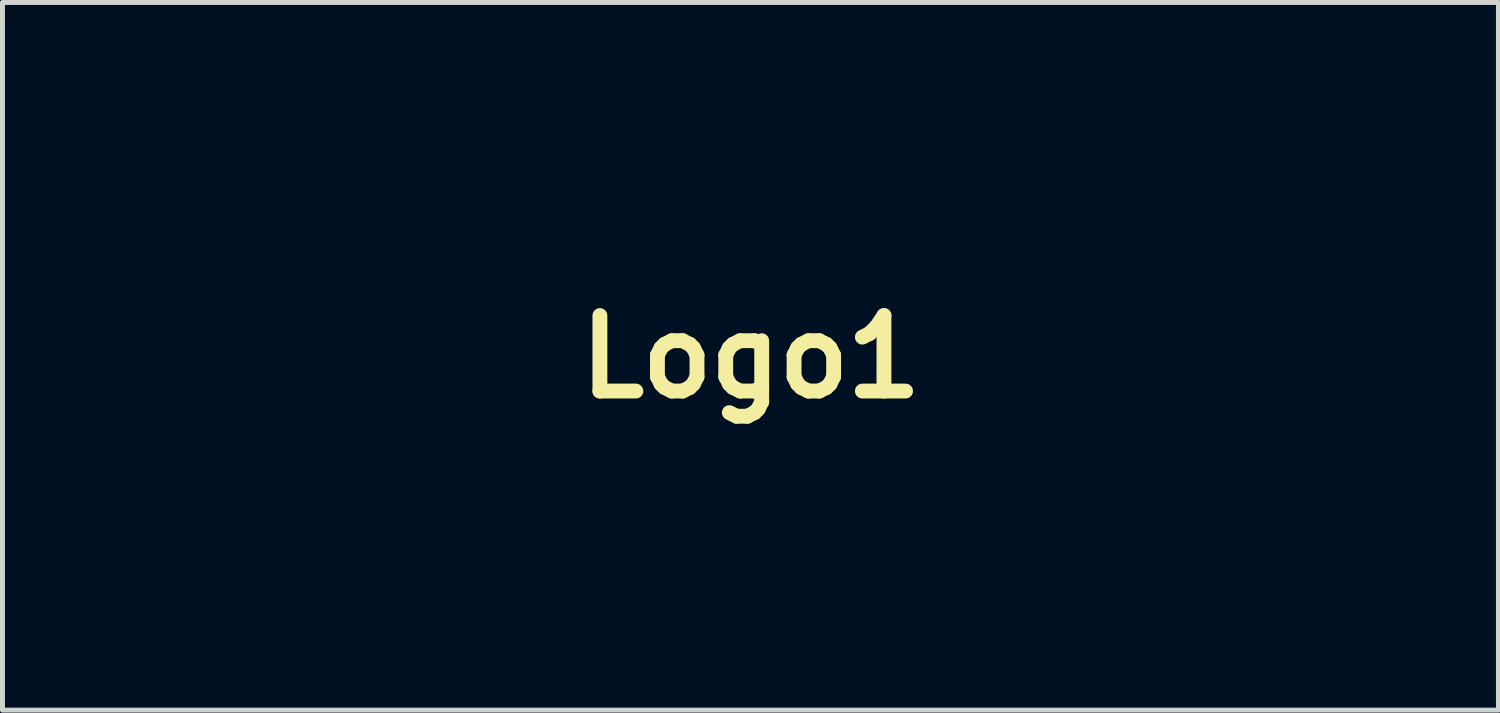
<source format=kicad_pcb>
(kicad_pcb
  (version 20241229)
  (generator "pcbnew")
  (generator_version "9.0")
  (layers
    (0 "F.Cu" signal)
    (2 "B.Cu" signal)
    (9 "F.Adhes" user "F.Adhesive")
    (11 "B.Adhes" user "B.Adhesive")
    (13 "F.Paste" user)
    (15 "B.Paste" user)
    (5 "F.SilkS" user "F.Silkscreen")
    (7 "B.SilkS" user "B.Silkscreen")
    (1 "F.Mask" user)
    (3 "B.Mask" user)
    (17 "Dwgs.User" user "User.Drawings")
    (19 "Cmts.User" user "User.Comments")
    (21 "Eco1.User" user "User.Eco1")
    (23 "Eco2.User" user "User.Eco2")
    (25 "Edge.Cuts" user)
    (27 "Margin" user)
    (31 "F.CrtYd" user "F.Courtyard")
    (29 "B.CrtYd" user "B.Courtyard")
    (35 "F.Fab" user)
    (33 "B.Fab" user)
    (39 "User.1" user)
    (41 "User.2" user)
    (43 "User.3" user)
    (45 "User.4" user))
  (footprint "Logo1"
    (layer "F.Cu")
    (at 12.107 4.154)
    (property "Reference" "Logo1" (at 0 0 0) (layer "F.SilkS") (effects (font (size 1.524 1.524) (thickness 0.3))))
    (attr through_hole)
    (fp_poly (pts (xy 7.017 -4.073) (xy 7.134 -3.882) (xy 7.194 -3.629) (xy 7.197 -3.563) (xy 7.148 -3.439) (xy 7.022 -3.223) (xy 6.845 -2.955) (xy 6.647 -2.676) (xy 6.455 -2.425) (xy 6.297 -2.242) (xy 6.229 -2.181) (xy 6.073 -2.132) (xy 5.856 -2.12) (xy 5.655 -2.143) (xy 5.549 -2.197) (xy 5.568 -2.303) (xy 5.668 -2.519) (xy 5.83 -2.814) (xy 6.039 -3.159) (xy 6.276 -3.524) (xy 6.46 -3.789) (xy 6.639 -3.999) (xy 6.805 -4.127) (xy 6.874 -4.149) (xy 7.017 -4.073)) (stroke (width 0.01) (type solid)) (fill yes) (layer "F.Mask"))
    (fp_poly (pts (xy 7.314 -2.338) (xy 7.379 -2.184) (xy 7.379 -2.18) (xy 7.383 -1.986) (xy 7.377 -1.704) (xy 7.371 -1.539) (xy 7.371 -1.243) (xy 7.421 -1.048) (xy 7.537 -0.888) (xy 7.538 -0.886) (xy 7.66 -0.734) (xy 7.679 -0.601) (xy 7.61 -0.405) (xy 7.545 -0.139) (xy 7.506 0.293) (xy 7.493 0.89) (xy 7.493 0.903) (xy 7.49 1.345) (xy 7.479 1.651) (xy 7.454 1.855) (xy 7.411 1.992) (xy 7.345 2.095) (xy 7.314 2.131) (xy 7.167 2.321) (xy 6.992 2.584) (xy 6.904 2.731) (xy 6.764 2.953) (xy 6.65 3.099) (xy 6.602 3.133) (xy 6.507 3.072) (xy 6.369 2.926) (xy 6.356 2.91) (xy 6.234 2.71) (xy 6.181 2.536) (xy 6.181 2.532) (xy 6.139 2.378) (xy 6.033 2.141) (xy 5.927 1.947) (xy 5.756 1.624) (xy 5.687 1.38) (xy 5.717 1.161) (xy 5.841 0.914) (xy 5.842 0.912) (xy 5.948 0.656) (xy 6.003 0.358) (xy 6.001 0.078) (xy 5.941 -0.125) (xy 5.905 -0.166) (xy 5.762 -0.281) (xy 5.594 -0.411) (xy 5.389 -0.568) (xy 5.933 -1.156) (xy 6.21 -1.458) (xy 6.477 -1.754) (xy 6.69 -1.994) (xy 6.745 -2.058) (xy 6.97 -2.27) (xy 7.169 -2.365) (xy 7.314 -2.338)) (stroke (width 0.01) (type solid)) (fill yes) (layer "F.Mask"))
    (fp_poly (pts (xy 10.601 -3.683) (xy 10.886 -3.542) (xy 11.187 -3.285) (xy 11.515 -2.913) (xy 11.735 -2.634) (xy 11.907 -2.398) (xy 12.007 -2.241) (xy 12.023 -2.2) (xy 11.987 -2.083) (xy 11.893 -1.866) (xy 11.778 -1.627) (xy 11.643 -1.393) (xy 11.472 -1.168) (xy 11.237 -0.922) (xy 10.911 -0.627) (xy 10.622 -0.381) (xy 10.18 0.001) (xy 9.863 0.306) (xy 9.659 0.557) (xy 9.554 0.775) (xy 9.536 0.979) (xy 9.59 1.191) (xy 9.604 1.228) (xy 9.702 1.419) (xy 9.787 1.519) (xy 9.802 1.524) (xy 9.93 1.452) (xy 10.127 1.236) (xy 10.396 0.872) (xy 10.626 0.531) (xy 10.983 0.07) (xy 11.353 -0.238) (xy 11.757 -0.41) (xy 11.896 -0.439) (xy 12.037 -0.406) (xy 12.082 -0.259) (xy 12.038 -0.016) (xy 11.912 0.301) (xy 11.712 0.675) (xy 11.444 1.085) (xy 11.186 1.428) (xy 10.953 1.729) (xy 10.738 2.024) (xy 10.584 2.254) (xy 10.571 2.274) (xy 10.307 2.666) (xy 10.062 2.911) (xy 9.815 3.03) (xy 9.657 3.047) (xy 9.369 3.008) (xy 9.105 2.916) (xy 8.756 2.824) (xy 8.532 2.84) (xy 8.318 2.863) (xy 8.2 2.813) (xy 8.109 2.651) (xy 8.084 2.591) (xy 8.015 2.386) (xy 7.971 2.144) (xy 7.951 1.838) (xy 7.955 1.441) (xy 7.982 0.927) (xy 8.026 0.339) (xy 8.07 -0.173) (xy 8.113 -0.56) (xy 8.166 -0.868) (xy 8.237 -1.14) (xy 8.277 -1.254) (xy 9.567 -1.254) (xy 9.596 -1.02) (xy 9.686 -0.939) (xy 9.842 -1.009) (xy 10.068 -1.232) (xy 10.071 -1.236) (xy 10.25 -1.469) (xy 10.292 -1.626) (xy 10.198 -1.737) (xy 10.035 -1.806) (xy 9.803 -1.82) (xy 9.648 -1.686) (xy 9.574 -1.406) (xy 9.567 -1.254) (xy 8.277 -1.254) (xy 8.337 -1.422) (xy 8.475 -1.759) (xy 8.483 -1.778) (xy 8.629 -2.112) (xy 8.736 -2.316) (xy 8.823 -2.416) (xy 8.912 -2.441) (xy 8.984 -2.428) (xy 9.141 -2.462) (xy 9.312 -2.598) (xy 9.442 -2.782) (xy 9.483 -2.929) (xy 9.545 -3.073) (xy 9.701 -3.268) (xy 9.906 -3.471) (xy 10.113 -3.637) (xy 10.277 -3.722) (xy 10.304 -3.725) (xy 10.601 -3.683)) (stroke (width 0.01) (type solid)) (fill yes) (layer "F.Mask"))
    (fp_poly (pts (xy -3.913 -3.699) (xy -3.804 -3.682) (xy -3.62 -3.641) (xy -3.462 -3.572) (xy -3.303 -3.452) (xy -3.115 -3.257) (xy -2.871 -2.963) (xy -2.682 -2.725) (xy -2.274 -2.207) (xy -2.585 -1.616) (xy -2.761 -1.313) (xy -2.939 -1.058) (xy -3.086 -0.901) (xy -3.103 -0.889) (xy -3.337 -0.717) (xy -3.622 -0.479) (xy -3.929 -0.205) (xy -4.228 0.079) (xy -4.49 0.344) (xy -4.686 0.562) (xy -4.786 0.706) (xy -4.792 0.721) (xy -4.799 0.9) (xy -4.764 1.128) (xy -4.703 1.346) (xy -4.63 1.493) (xy -4.587 1.523) (xy -4.471 1.483) (xy -4.328 1.357) (xy -4.138 1.124) (xy -3.887 0.768) (xy -3.816 0.663) (xy -3.579 0.321) (xy -3.388 0.086) (xy -3.205 -0.078) (xy -2.99 -0.211) (xy -2.852 -0.281) (xy -2.561 -0.411) (xy -2.376 -0.459) (xy -2.262 -0.436) (xy -2.241 -0.421) (xy -2.192 -0.348) (xy -2.2 -0.23) (xy -2.274 -0.033) (xy -2.423 0.277) (xy -2.426 0.283) (xy -2.64 0.665) (xy -2.91 1.081) (xy -3.175 1.439) (xy -3.43 1.769) (xy -3.683 2.119) (xy -3.882 2.418) (xy -3.893 2.436) (xy -4.133 2.783) (xy -4.358 2.983) (xy -4.605 3.054) (xy -4.91 3.012) (xy -5.083 2.957) (xy -5.5 2.851) (xy -5.845 2.842) (xy -5.851 2.842) (xy -6.06 2.859) (xy -6.177 2.797) (xy -6.271 2.616) (xy -6.274 2.609) (xy -6.338 2.361) (xy -6.371 1.981) (xy -6.376 1.453) (xy -6.375 1.397) (xy -6.346 0.58) (xy -6.29 -0.103) (xy -6.201 -0.686) (xy -6.075 -1.203) (xy -6.05 -1.275) (xy -4.826 -1.275) (xy -4.788 -1.027) (xy -4.681 -0.93) (xy -4.511 -0.985) (xy -4.288 -1.19) (xy -4.239 -1.247) (xy -4.087 -1.442) (xy -3.994 -1.582) (xy -3.979 -1.618) (xy -4.049 -1.684) (xy -4.22 -1.772) (xy -4.246 -1.783) (xy -4.437 -1.847) (xy -4.557 -1.817) (xy -4.669 -1.699) (xy -4.787 -1.474) (xy -4.826 -1.275) (xy -6.05 -1.275) (xy -5.906 -1.687) (xy -5.903 -1.693) (xy -5.762 -2.034) (xy -5.659 -2.246) (xy -5.57 -2.36) (xy -5.473 -2.405) (xy -5.368 -2.413) (xy -5.205 -2.438) (xy -5.083 -2.538) (xy -4.958 -2.754) (xy -4.939 -2.794) (xy -4.758 -3.096) (xy -4.531 -3.386) (xy -4.46 -3.459) (xy -4.265 -3.63) (xy -4.108 -3.702) (xy -3.913 -3.699)) (stroke (width 0.01) (type solid)) (fill yes) (layer "F.Mask"))
    (fp_poly (pts (xy 0.512 -3.547) (xy 0.805 -3.271) (xy 1.104 -2.831) (xy 1.117 -2.808) (xy 1.254 -2.548) (xy 1.301 -2.368) (xy 1.242 -2.245) (xy 1.057 -2.157) (xy 0.729 -2.079) (xy 0.534 -2.042) (xy 0.061 -1.93) (xy -0.25 -1.793) (xy -0.404 -1.63) (xy -0.423 -1.536) (xy -0.344 -1.375) (xy -0.121 -1.259) (xy 0.225 -1.195) (xy 0.458 -1.185) (xy 0.881 -1.131) (xy 1.192 -0.96) (xy 1.409 -0.661) (xy 1.442 -0.587) (xy 1.49 -0.427) (xy 1.496 -0.256) (xy 1.449 -0.054) (xy 1.34 0.202) (xy 1.16 0.535) (xy 0.901 0.966) (xy 0.618 1.414) (xy 0.269 1.944) (xy -0.015 2.333) (xy -0.242 2.592) (xy -0.396 2.719) (xy -0.726 2.862) (xy -1.102 2.934) (xy -1.458 2.929) (xy -1.691 2.86) (xy -1.836 2.729) (xy -1.999 2.506) (xy -2.153 2.24) (xy -2.268 1.983) (xy -2.319 1.784) (xy -2.313 1.725) (xy -2.292 1.708) (xy -0.339 1.708) (xy -0.286 1.781) (xy -0.163 1.756) (xy -0.019 1.651) (xy 0.052 1.564) (xy 0.135 1.397) (xy 0.139 1.296) (xy 0.138 1.295) (xy 0.052 1.312) (xy -0.091 1.41) (xy -0.235 1.545) (xy -0.328 1.67) (xy -0.339 1.708) (xy -2.292 1.708) (xy -2.208 1.64) (xy -2.004 1.572) (xy -1.96 1.564) (xy -1.314 1.436) (xy -0.829 1.282) (xy -0.5 1.099) (xy -0.321 0.885) (xy -0.321 0.885) (xy -0.261 0.704) (xy -0.307 0.633) (xy -0.473 0.663) (xy -0.63 0.723) (xy -0.803 0.788) (xy -0.943 0.803) (xy -1.087 0.755) (xy -1.273 0.628) (xy -1.536 0.408) (xy -1.635 0.322) (xy -1.855 0.094) (xy -1.978 -0.146) (xy -2.003 -0.425) (xy -1.932 -0.774) (xy -1.764 -1.222) (xy -1.672 -1.433) (xy -1.466 -1.863) (xy -1.306 -2.141) (xy -1.194 -2.267) (xy -1.132 -2.238) (xy -1.123 -2.051) (xy -1.142 -1.873) (xy -1.165 -1.589) (xy -1.137 -1.451) (xy -1.114 -1.439) (xy -1.039 -1.462) (xy -0.963 -1.548) (xy -0.866 -1.726) (xy -0.73 -2.028) (xy -0.692 -2.117) (xy -0.536 -2.499) (xy -0.454 -2.753) (xy -0.444 -2.899) (xy -0.501 -2.959) (xy -0.54 -2.963) (xy -0.657 -3.009) (xy -0.658 -3.124) (xy -0.566 -3.278) (xy -0.402 -3.44) (xy -0.187 -3.579) (xy -0.085 -3.624) (xy 0.217 -3.664) (xy 0.512 -3.547)) (stroke (width 0.01) (type solid)) (fill yes) (layer "F.Mask"))
    (fp_poly (pts (xy 4.177 -3.565) (xy 4.482 -3.302) (xy 4.74 -2.955) (xy 4.905 -2.691) (xy 5.026 -2.481) (xy 5.079 -2.366) (xy 5.08 -2.361) (xy 5.008 -2.262) (xy 4.787 -2.167) (xy 4.409 -2.072) (xy 4.233 -2.038) (xy 3.765 -1.922) (xy 3.461 -1.783) (xy 3.316 -1.616) (xy 3.302 -1.536) (xy 3.381 -1.375) (xy 3.607 -1.259) (xy 3.959 -1.195) (xy 4.203 -1.185) (xy 4.494 -1.173) (xy 4.683 -1.121) (xy 4.84 -1.004) (xy 4.91 -0.933) (xy 5.071 -0.735) (xy 5.168 -0.537) (xy 5.197 -0.319) (xy 5.15 -0.061) (xy 5.024 0.257) (xy 4.812 0.656) (xy 4.509 1.156) (xy 4.212 1.618) (xy 3.937 2.032) (xy 3.725 2.327) (xy 3.552 2.53) (xy 3.394 2.668) (xy 3.229 2.768) (xy 3.199 2.783) (xy 2.763 2.934) (xy 2.364 2.957) (xy 2.033 2.855) (xy 1.896 2.75) (xy 1.732 2.546) (xy 1.581 2.291) (xy 1.464 2.031) (xy 1.401 1.813) (xy 1.412 1.708) (xy 3.387 1.708) (xy 3.439 1.776) (xy 3.57 1.733) (xy 3.725 1.609) (xy 3.856 1.442) (xy 3.894 1.315) (xy 3.837 1.27) (xy 3.731 1.326) (xy 3.582 1.457) (xy 3.447 1.603) (xy 3.387 1.707) (xy 3.387 1.708) (xy 1.412 1.708) (xy 1.414 1.685) (xy 1.416 1.682) (xy 1.538 1.625) (xy 1.769 1.562) (xy 1.954 1.526) (xy 2.558 1.392) (xy 3.014 1.226) (xy 3.317 1.031) (xy 3.46 0.81) (xy 3.471 0.724) (xy 3.466 0.631) (xy 3.422 0.603) (xy 3.299 0.64) (xy 3.093 0.724) (xy 2.921 0.788) (xy 2.781 0.803) (xy 2.637 0.755) (xy 2.452 0.627) (xy 2.187 0.406) (xy 2.09 0.322) (xy 1.867 0.091) (xy 1.743 -0.15) (xy 1.717 -0.43) (xy 1.789 -0.778) (xy 1.957 -1.225) (xy 2.049 -1.433) (xy 2.258 -1.864) (xy 2.419 -2.142) (xy 2.532 -2.267) (xy 2.594 -2.236) (xy 2.603 -2.048) (xy 2.584 -1.873) (xy 2.561 -1.589) (xy 2.588 -1.451) (xy 2.612 -1.439) (xy 2.686 -1.462) (xy 2.762 -1.548) (xy 2.859 -1.726) (xy 2.995 -2.028) (xy 3.034 -2.117) (xy 3.19 -2.499) (xy 3.271 -2.753) (xy 3.281 -2.899) (xy 3.224 -2.959) (xy 3.185 -2.963) (xy 3.067 -3.014) (xy 3.071 -3.144) (xy 3.194 -3.322) (xy 3.239 -3.366) (xy 3.561 -3.596) (xy 3.872 -3.662) (xy 4.177 -3.565)) (stroke (width 0.01) (type solid)) (fill yes) (layer "F.Mask"))
    (fp_poly (pts (xy -7.982 -4.125) (xy -7.833 -4.038) (xy -7.65 -3.862) (xy -7.421 -3.595) (xy -7.171 -3.267) (xy -7.006 -2.97) (xy -6.911 -2.655) (xy -6.867 -2.267) (xy -6.858 -1.853) (xy -6.826 -1.515) (xy -6.748 -1.176) (xy -6.718 -1.092) (xy -6.638 -0.865) (xy -6.622 -0.69) (xy -6.672 -0.483) (xy -6.718 -0.35) (xy -6.803 -0.062) (xy -6.853 0.205) (xy -6.858 0.287) (xy -6.873 0.503) (xy -6.914 0.837) (xy -6.973 1.237) (xy -7.044 1.653) (xy -7.075 1.82) (xy -7.162 1.938) (xy -7.361 2.101) (xy -7.63 2.283) (xy -7.93 2.458) (xy -8.217 2.599) (xy -8.434 2.677) (xy -8.563 2.696) (xy -8.643 2.649) (xy -8.702 2.499) (xy -8.756 2.27) (xy -8.85 2.082) (xy -8.975 1.99) (xy -9.119 1.873) (xy -9.198 1.709) (xy -9.274 1.476) (xy -9.386 1.211) (xy -9.398 1.185) (xy -9.674 0.623) (xy -9.889 0.2) (xy -10.052 -0.101) (xy -10.173 -0.294) (xy -10.263 -0.393) (xy -10.331 -0.416) (xy -10.389 -0.375) (xy -10.418 -0.333) (xy -10.508 -0.113) (xy -10.584 0.246) (xy -10.647 0.75) (xy -10.699 1.407) (xy -10.741 2.226) (xy -10.741 2.235) (xy -10.766 2.801) (xy -10.79 3.222) (xy -10.817 3.523) (xy -10.85 3.73) (xy -10.891 3.866) (xy -10.945 3.956) (xy -10.961 3.976) (xy -11.103 4.104) (xy -11.232 4.125) (xy -11.382 4.029) (xy -11.591 3.805) (xy -11.607 3.786) (xy -11.817 3.531) (xy -11.961 3.318) (xy -12.049 3.108) (xy -12.092 2.857) (xy -12.102 2.527) (xy -12.09 2.074) (xy -12.087 1.998) (xy -12.024 1.224) (xy -11.9 0.409) (xy -11.727 -0.387) (xy -11.516 -1.107) (xy -11.376 -1.482) (xy -11.226 -1.855) (xy -11.072 -2.26) (xy -10.991 -2.482) (xy -10.852 -2.81) (xy -10.688 -3.033) (xy -10.488 -3.192) (xy -10.282 -3.321) (xy -10.159 -3.361) (xy -10.061 -3.32) (xy -9.992 -3.261) (xy -9.887 -3.124) (xy -9.735 -2.872) (xy -9.56 -2.548) (xy -9.443 -2.312) (xy -9.145 -1.723) (xy -8.88 -1.267) (xy -8.655 -0.953) (xy -8.474 -0.787) (xy -8.394 -0.762) (xy -8.272 -0.838) (xy -8.14 -1.038) (xy -8.015 -1.319) (xy -7.916 -1.637) (xy -7.859 -1.949) (xy -7.853 -2.056) (xy -7.885 -2.356) (xy -7.972 -2.609) (xy -7.989 -2.637) (xy -8.094 -2.854) (xy -8.205 -3.171) (xy -8.303 -3.518) (xy -8.368 -3.829) (xy -8.382 -3.983) (xy -8.34 -4.105) (xy -8.186 -4.147) (xy -8.13 -4.149) (xy -7.982 -4.125)) (stroke (width 0.01) (type solid)) (fill yes) (layer "F.Mask")))
  (gr_rect
    (start -3 -3)
    (end 27.195 11.284)
    (stroke (width 0.1) (type default))
    (fill no)
    (layer "Edge.Cuts")))
</source>
